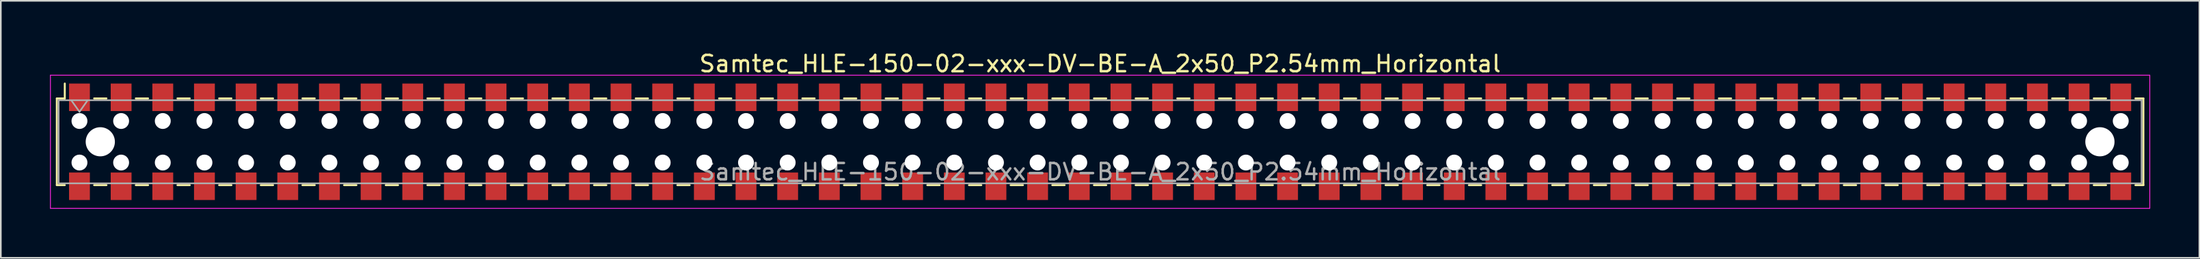
<source format=kicad_pcb>
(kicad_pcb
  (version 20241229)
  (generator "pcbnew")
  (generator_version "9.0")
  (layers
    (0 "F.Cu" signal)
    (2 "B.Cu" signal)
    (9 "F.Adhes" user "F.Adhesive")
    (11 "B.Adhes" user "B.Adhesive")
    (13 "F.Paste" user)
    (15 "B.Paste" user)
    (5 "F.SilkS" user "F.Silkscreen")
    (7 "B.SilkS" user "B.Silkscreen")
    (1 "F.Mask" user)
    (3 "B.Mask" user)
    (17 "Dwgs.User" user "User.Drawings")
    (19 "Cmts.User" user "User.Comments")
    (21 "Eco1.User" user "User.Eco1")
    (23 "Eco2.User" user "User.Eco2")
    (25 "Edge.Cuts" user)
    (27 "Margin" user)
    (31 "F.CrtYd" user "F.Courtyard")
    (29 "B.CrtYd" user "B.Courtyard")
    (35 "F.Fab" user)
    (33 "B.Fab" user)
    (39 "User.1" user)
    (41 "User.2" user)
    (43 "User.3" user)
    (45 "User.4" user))
  (footprint "Samtec_HLE-150-02-xxx-DV-BE-A_2x50_P2.54mm_Horizontal"
    (layer "F.Cu")
    (at 64.025 5.618)
    (property "Reference" "Samtec_HLE-150-02-xxx-DV-BE-A_2x50_P2.54mm_Horizontal" (at 0 -4.77 0) (layer "F.SilkS") (effects (font (size 1 1) (thickness 0.15))))
    (attr smd)
    (fp_line (start -63.61 -2.65) (end -63.61 2.65) (stroke (width 0.12) (type solid)) (layer "F.SilkS"))
    (fp_line (start -63.61 2.65) (end -63.125 2.65) (stroke (width 0.12) (type solid)) (layer "F.SilkS"))
    (fp_line (start -63.125 -3.56) (end -63.125 -2.65) (stroke (width 0.12) (type solid)) (layer "F.SilkS"))
    (fp_line (start -63.125 -2.65) (end -63.61 -2.65) (stroke (width 0.12) (type solid)) (layer "F.SilkS"))
    (fp_line (start -61.335 -2.65) (end -60.585 -2.65) (stroke (width 0.12) (type solid)) (layer "F.SilkS"))
    (fp_line (start -61.335 2.65) (end -60.585 2.65) (stroke (width 0.12) (type solid)) (layer "F.SilkS"))
    (fp_line (start -58.795 -2.65) (end -58.045 -2.65) (stroke (width 0.12) (type solid)) (layer "F.SilkS"))
    (fp_line (start -58.795 2.65) (end -58.045 2.65) (stroke (width 0.12) (type solid)) (layer "F.SilkS"))
    (fp_line (start -56.255 -2.65) (end -55.505 -2.65) (stroke (width 0.12) (type solid)) (layer "F.SilkS"))
    (fp_line (start -56.255 2.65) (end -55.505 2.65) (stroke (width 0.12) (type solid)) (layer "F.SilkS"))
    (fp_line (start -53.715 -2.65) (end -52.965 -2.65) (stroke (width 0.12) (type solid)) (layer "F.SilkS"))
    (fp_line (start -53.715 2.65) (end -52.965 2.65) (stroke (width 0.12) (type solid)) (layer "F.SilkS"))
    (fp_line (start -51.175 -2.65) (end -50.425 -2.65) (stroke (width 0.12) (type solid)) (layer "F.SilkS"))
    (fp_line (start -51.175 2.65) (end -50.425 2.65) (stroke (width 0.12) (type solid)) (layer "F.SilkS"))
    (fp_line (start -48.635 -2.65) (end -47.885 -2.65) (stroke (width 0.12) (type solid)) (layer "F.SilkS"))
    (fp_line (start -48.635 2.65) (end -47.885 2.65) (stroke (width 0.12) (type solid)) (layer "F.SilkS"))
    (fp_line (start -46.095 -2.65) (end -45.345 -2.65) (stroke (width 0.12) (type solid)) (layer "F.SilkS"))
    (fp_line (start -46.095 2.65) (end -45.345 2.65) (stroke (width 0.12) (type solid)) (layer "F.SilkS"))
    (fp_line (start -43.555 -2.65) (end -42.805 -2.65) (stroke (width 0.12) (type solid)) (layer "F.SilkS"))
    (fp_line (start -43.555 2.65) (end -42.805 2.65) (stroke (width 0.12) (type solid)) (layer "F.SilkS"))
    (fp_line (start -41.015 -2.65) (end -40.265 -2.65) (stroke (width 0.12) (type solid)) (layer "F.SilkS"))
    (fp_line (start -41.015 2.65) (end -40.265 2.65) (stroke (width 0.12) (type solid)) (layer "F.SilkS"))
    (fp_line (start -38.475 -2.65) (end -37.725 -2.65) (stroke (width 0.12) (type solid)) (layer "F.SilkS"))
    (fp_line (start -38.475 2.65) (end -37.725 2.65) (stroke (width 0.12) (type solid)) (layer "F.SilkS"))
    (fp_line (start -35.935 -2.65) (end -35.185 -2.65) (stroke (width 0.12) (type solid)) (layer "F.SilkS"))
    (fp_line (start -35.935 2.65) (end -35.185 2.65) (stroke (width 0.12) (type solid)) (layer "F.SilkS"))
    (fp_line (start -33.395 -2.65) (end -32.645 -2.65) (stroke (width 0.12) (type solid)) (layer "F.SilkS"))
    (fp_line (start -33.395 2.65) (end -32.645 2.65) (stroke (width 0.12) (type solid)) (layer "F.SilkS"))
    (fp_line (start -30.855 -2.65) (end -30.105 -2.65) (stroke (width 0.12) (type solid)) (layer "F.SilkS"))
    (fp_line (start -30.855 2.65) (end -30.105 2.65) (stroke (width 0.12) (type solid)) (layer "F.SilkS"))
    (fp_line (start -28.315 -2.65) (end -27.565 -2.65) (stroke (width 0.12) (type solid)) (layer "F.SilkS"))
    (fp_line (start -28.315 2.65) (end -27.565 2.65) (stroke (width 0.12) (type solid)) (layer "F.SilkS"))
    (fp_line (start -25.775 -2.65) (end -25.025 -2.65) (stroke (width 0.12) (type solid)) (layer "F.SilkS"))
    (fp_line (start -25.775 2.65) (end -25.025 2.65) (stroke (width 0.12) (type solid)) (layer "F.SilkS"))
    (fp_line (start -23.235 -2.65) (end -22.485 -2.65) (stroke (width 0.12) (type solid)) (layer "F.SilkS"))
    (fp_line (start -23.235 2.65) (end -22.485 2.65) (stroke (width 0.12) (type solid)) (layer "F.SilkS"))
    (fp_line (start -20.695 -2.65) (end -19.945 -2.65) (stroke (width 0.12) (type solid)) (layer "F.SilkS"))
    (fp_line (start -20.695 2.65) (end -19.945 2.65) (stroke (width 0.12) (type solid)) (layer "F.SilkS"))
    (fp_line (start -18.155 -2.65) (end -17.405 -2.65) (stroke (width 0.12) (type solid)) (layer "F.SilkS"))
    (fp_line (start -18.155 2.65) (end -17.405 2.65) (stroke (width 0.12) (type solid)) (layer "F.SilkS"))
    (fp_line (start -15.615 -2.65) (end -14.865 -2.65) (stroke (width 0.12) (type solid)) (layer "F.SilkS"))
    (fp_line (start -15.615 2.65) (end -14.865 2.65) (stroke (width 0.12) (type solid)) (layer "F.SilkS"))
    (fp_line (start -13.075 -2.65) (end -12.325 -2.65) (stroke (width 0.12) (type solid)) (layer "F.SilkS"))
    (fp_line (start -13.075 2.65) (end -12.325 2.65) (stroke (width 0.12) (type solid)) (layer "F.SilkS"))
    (fp_line (start -10.535 -2.65) (end -9.785 -2.65) (stroke (width 0.12) (type solid)) (layer "F.SilkS"))
    (fp_line (start -10.535 2.65) (end -9.785 2.65) (stroke (width 0.12) (type solid)) (layer "F.SilkS"))
    (fp_line (start -7.995 -2.65) (end -7.245 -2.65) (stroke (width 0.12) (type solid)) (layer "F.SilkS"))
    (fp_line (start -7.995 2.65) (end -7.245 2.65) (stroke (width 0.12) (type solid)) (layer "F.SilkS"))
    (fp_line (start -5.455 -2.65) (end -4.705 -2.65) (stroke (width 0.12) (type solid)) (layer "F.SilkS"))
    (fp_line (start -5.455 2.65) (end -4.705 2.65) (stroke (width 0.12) (type solid)) (layer "F.SilkS"))
    (fp_line (start -2.915 -2.65) (end -2.165 -2.65) (stroke (width 0.12) (type solid)) (layer "F.SilkS"))
    (fp_line (start -2.915 2.65) (end -2.165 2.65) (stroke (width 0.12) (type solid)) (layer "F.SilkS"))
    (fp_line (start -0.375 -2.65) (end 0.375 -2.65) (stroke (width 0.12) (type solid)) (layer "F.SilkS"))
    (fp_line (start -0.375 2.65) (end 0.375 2.65) (stroke (width 0.12) (type solid)) (layer "F.SilkS"))
    (fp_line (start 2.165 -2.65) (end 2.915 -2.65) (stroke (width 0.12) (type solid)) (layer "F.SilkS"))
    (fp_line (start 2.165 2.65) (end 2.915 2.65) (stroke (width 0.12) (type solid)) (layer "F.SilkS"))
    (fp_line (start 4.705 -2.65) (end 5.455 -2.65) (stroke (width 0.12) (type solid)) (layer "F.SilkS"))
    (fp_line (start 4.705 2.65) (end 5.455 2.65) (stroke (width 0.12) (type solid)) (layer "F.SilkS"))
    (fp_line (start 7.245 -2.65) (end 7.995 -2.65) (stroke (width 0.12) (type solid)) (layer "F.SilkS"))
    (fp_line (start 7.245 2.65) (end 7.995 2.65) (stroke (width 0.12) (type solid)) (layer "F.SilkS"))
    (fp_line (start 9.785 -2.65) (end 10.535 -2.65) (stroke (width 0.12) (type solid)) (layer "F.SilkS"))
    (fp_line (start 9.785 2.65) (end 10.535 2.65) (stroke (width 0.12) (type solid)) (layer "F.SilkS"))
    (fp_line (start 12.325 -2.65) (end 13.075 -2.65) (stroke (width 0.12) (type solid)) (layer "F.SilkS"))
    (fp_line (start 12.325 2.65) (end 13.075 2.65) (stroke (width 0.12) (type solid)) (layer "F.SilkS"))
    (fp_line (start 14.865 -2.65) (end 15.615 -2.65) (stroke (width 0.12) (type solid)) (layer "F.SilkS"))
    (fp_line (start 14.865 2.65) (end 15.615 2.65) (stroke (width 0.12) (type solid)) (layer "F.SilkS"))
    (fp_line (start 17.405 -2.65) (end 18.155 -2.65) (stroke (width 0.12) (type solid)) (layer "F.SilkS"))
    (fp_line (start 17.405 2.65) (end 18.155 2.65) (stroke (width 0.12) (type solid)) (layer "F.SilkS"))
    (fp_line (start 19.945 -2.65) (end 20.695 -2.65) (stroke (width 0.12) (type solid)) (layer "F.SilkS"))
    (fp_line (start 19.945 2.65) (end 20.695 2.65) (stroke (width 0.12) (type solid)) (layer "F.SilkS"))
    (fp_line (start 22.485 -2.65) (end 23.235 -2.65) (stroke (width 0.12) (type solid)) (layer "F.SilkS"))
    (fp_line (start 22.485 2.65) (end 23.235 2.65) (stroke (width 0.12) (type solid)) (layer "F.SilkS"))
    (fp_line (start 25.025 -2.65) (end 25.775 -2.65) (stroke (width 0.12) (type solid)) (layer "F.SilkS"))
    (fp_line (start 25.025 2.65) (end 25.775 2.65) (stroke (width 0.12) (type solid)) (layer "F.SilkS"))
    (fp_line (start 27.565 -2.65) (end 28.315 -2.65) (stroke (width 0.12) (type solid)) (layer "F.SilkS"))
    (fp_line (start 27.565 2.65) (end 28.315 2.65) (stroke (width 0.12) (type solid)) (layer "F.SilkS"))
    (fp_line (start 30.105 -2.65) (end 30.855 -2.65) (stroke (width 0.12) (type solid)) (layer "F.SilkS"))
    (fp_line (start 30.105 2.65) (end 30.855 2.65) (stroke (width 0.12) (type solid)) (layer "F.SilkS"))
    (fp_line (start 32.645 -2.65) (end 33.395 -2.65) (stroke (width 0.12) (type solid)) (layer "F.SilkS"))
    (fp_line (start 32.645 2.65) (end 33.395 2.65) (stroke (width 0.12) (type solid)) (layer "F.SilkS"))
    (fp_line (start 35.185 -2.65) (end 35.935 -2.65) (stroke (width 0.12) (type solid)) (layer "F.SilkS"))
    (fp_line (start 35.185 2.65) (end 35.935 2.65) (stroke (width 0.12) (type solid)) (layer "F.SilkS"))
    (fp_line (start 37.725 -2.65) (end 38.475 -2.65) (stroke (width 0.12) (type solid)) (layer "F.SilkS"))
    (fp_line (start 37.725 2.65) (end 38.475 2.65) (stroke (width 0.12) (type solid)) (layer "F.SilkS"))
    (fp_line (start 40.265 -2.65) (end 41.015 -2.65) (stroke (width 0.12) (type solid)) (layer "F.SilkS"))
    (fp_line (start 40.265 2.65) (end 41.015 2.65) (stroke (width 0.12) (type solid)) (layer "F.SilkS"))
    (fp_line (start 42.805 -2.65) (end 43.555 -2.65) (stroke (width 0.12) (type solid)) (layer "F.SilkS"))
    (fp_line (start 42.805 2.65) (end 43.555 2.65) (stroke (width 0.12) (type solid)) (layer "F.SilkS"))
    (fp_line (start 45.345 -2.65) (end 46.095 -2.65) (stroke (width 0.12) (type solid)) (layer "F.SilkS"))
    (fp_line (start 45.345 2.65) (end 46.095 2.65) (stroke (width 0.12) (type solid)) (layer "F.SilkS"))
    (fp_line (start 47.885 -2.65) (end 48.635 -2.65) (stroke (width 0.12) (type solid)) (layer "F.SilkS"))
    (fp_line (start 47.885 2.65) (end 48.635 2.65) (stroke (width 0.12) (type solid)) (layer "F.SilkS"))
    (fp_line (start 50.425 -2.65) (end 51.175 -2.65) (stroke (width 0.12) (type solid)) (layer "F.SilkS"))
    (fp_line (start 50.425 2.65) (end 51.175 2.65) (stroke (width 0.12) (type solid)) (layer "F.SilkS"))
    (fp_line (start 52.965 -2.65) (end 53.715 -2.65) (stroke (width 0.12) (type solid)) (layer "F.SilkS"))
    (fp_line (start 52.965 2.65) (end 53.715 2.65) (stroke (width 0.12) (type solid)) (layer "F.SilkS"))
    (fp_line (start 55.505 -2.65) (end 56.255 -2.65) (stroke (width 0.12) (type solid)) (layer "F.SilkS"))
    (fp_line (start 55.505 2.65) (end 56.255 2.65) (stroke (width 0.12) (type solid)) (layer "F.SilkS"))
    (fp_line (start 58.045 -2.65) (end 58.795 -2.65) (stroke (width 0.12) (type solid)) (layer "F.SilkS"))
    (fp_line (start 58.045 2.65) (end 58.795 2.65) (stroke (width 0.12) (type solid)) (layer "F.SilkS"))
    (fp_line (start 60.585 -2.65) (end 61.335 -2.65) (stroke (width 0.12) (type solid)) (layer "F.SilkS"))
    (fp_line (start 60.585 2.65) (end 61.335 2.65) (stroke (width 0.12) (type solid)) (layer "F.SilkS"))
    (fp_line (start 63.125 -2.65) (end 63.61 -2.65) (stroke (width 0.12) (type solid)) (layer "F.SilkS"))
    (fp_line (start 63.61 -2.65) (end 63.61 2.65) (stroke (width 0.12) (type solid)) (layer "F.SilkS"))
    (fp_line (start 63.61 2.65) (end 63.125 2.65) (stroke (width 0.12) (type solid)) (layer "F.SilkS"))
    (fp_line (start -64 -4.07) (end 64 -4.07) (stroke (width 0.05) (type solid)) (layer "F.CrtYd"))
    (fp_line (start -64 4.07) (end -64 -4.07) (stroke (width 0.05) (type solid)) (layer "F.CrtYd"))
    (fp_line (start 64 -4.07) (end 64 4.07) (stroke (width 0.05) (type solid)) (layer "F.CrtYd"))
    (fp_line (start 64 4.07) (end -64 4.07) (stroke (width 0.05) (type solid)) (layer "F.CrtYd"))
    (fp_line (start -63.5 -2.54) (end 63.5 -2.54) (stroke (width 0.1) (type solid)) (layer "F.Fab"))
    (fp_line (start -63.5 2.54) (end -63.5 -2.54) (stroke (width 0.1) (type solid)) (layer "F.Fab"))
    (fp_line (start -62.73 -2.54) (end -62.23 -1.833) (stroke (width 0.1) (type solid)) (layer "F.Fab"))
    (fp_line (start -62.23 -1.833) (end -61.73 -2.54) (stroke (width 0.1) (type solid)) (layer "F.Fab"))
    (fp_line (start 63.5 -2.54) (end 63.5 2.54) (stroke (width 0.1) (type solid)) (layer "F.Fab"))
    (fp_line (start 63.5 2.54) (end -63.5 2.54) (stroke (width 0.1) (type solid)) (layer "F.Fab"))
    (fp_text user "${REFERENCE}" (at 0 1.84 0) (layer "F.Fab") (effects (font (size 1 1) (thickness 0.15))))
    (pad "" np_thru_hole circle (at -62.23 -1.27) (size 0.97 0.97) (drill 0.97) (layers "*.Cu" "*.Mask"))
    (pad "" np_thru_hole circle (at -62.23 1.27) (size 0.97 0.97) (drill 0.97) (layers "*.Cu" "*.Mask"))
    (pad "" np_thru_hole circle (at -60.96 0) (size 1.78 1.78) (drill 1.78) (layers "*.Cu" "*.Mask"))
    (pad "" np_thru_hole circle (at -59.69 -1.27) (size 0.97 0.97) (drill 0.97) (layers "*.Cu" "*.Mask"))
    (pad "" np_thru_hole circle (at -59.69 1.27) (size 0.97 0.97) (drill 0.97) (layers "*.Cu" "*.Mask"))
    (pad "" np_thru_hole circle (at -57.15 -1.27) (size 0.97 0.97) (drill 0.97) (layers "*.Cu" "*.Mask"))
    (pad "" np_thru_hole circle (at -57.15 1.27) (size 0.97 0.97) (drill 0.97) (layers "*.Cu" "*.Mask"))
    (pad "" np_thru_hole circle (at -54.61 -1.27) (size 0.97 0.97) (drill 0.97) (layers "*.Cu" "*.Mask"))
    (pad "" np_thru_hole circle (at -54.61 1.27) (size 0.97 0.97) (drill 0.97) (layers "*.Cu" "*.Mask"))
    (pad "" np_thru_hole circle (at -52.07 -1.27) (size 0.97 0.97) (drill 0.97) (layers "*.Cu" "*.Mask"))
    (pad "" np_thru_hole circle (at -52.07 1.27) (size 0.97 0.97) (drill 0.97) (layers "*.Cu" "*.Mask"))
    (pad "" np_thru_hole circle (at -49.53 -1.27) (size 0.97 0.97) (drill 0.97) (layers "*.Cu" "*.Mask"))
    (pad "" np_thru_hole circle (at -49.53 1.27) (size 0.97 0.97) (drill 0.97) (layers "*.Cu" "*.Mask"))
    (pad "" np_thru_hole circle (at -46.99 -1.27) (size 0.97 0.97) (drill 0.97) (layers "*.Cu" "*.Mask"))
    (pad "" np_thru_hole circle (at -46.99 1.27) (size 0.97 0.97) (drill 0.97) (layers "*.Cu" "*.Mask"))
    (pad "" np_thru_hole circle (at -44.45 -1.27) (size 0.97 0.97) (drill 0.97) (layers "*.Cu" "*.Mask"))
    (pad "" np_thru_hole circle (at -44.45 1.27) (size 0.97 0.97) (drill 0.97) (layers "*.Cu" "*.Mask"))
    (pad "" np_thru_hole circle (at -41.91 -1.27) (size 0.97 0.97) (drill 0.97) (layers "*.Cu" "*.Mask"))
    (pad "" np_thru_hole circle (at -41.91 1.27) (size 0.97 0.97) (drill 0.97) (layers "*.Cu" "*.Mask"))
    (pad "" np_thru_hole circle (at -39.37 -1.27) (size 0.97 0.97) (drill 0.97) (layers "*.Cu" "*.Mask"))
    (pad "" np_thru_hole circle (at -39.37 1.27) (size 0.97 0.97) (drill 0.97) (layers "*.Cu" "*.Mask"))
    (pad "" np_thru_hole circle (at -36.83 -1.27) (size 0.97 0.97) (drill 0.97) (layers "*.Cu" "*.Mask"))
    (pad "" np_thru_hole circle (at -36.83 1.27) (size 0.97 0.97) (drill 0.97) (layers "*.Cu" "*.Mask"))
    (pad "" np_thru_hole circle (at -34.29 -1.27) (size 0.97 0.97) (drill 0.97) (layers "*.Cu" "*.Mask"))
    (pad "" np_thru_hole circle (at -34.29 1.27) (size 0.97 0.97) (drill 0.97) (layers "*.Cu" "*.Mask"))
    (pad "" np_thru_hole circle (at -31.75 -1.27) (size 0.97 0.97) (drill 0.97) (layers "*.Cu" "*.Mask"))
    (pad "" np_thru_hole circle (at -31.75 1.27) (size 0.97 0.97) (drill 0.97) (layers "*.Cu" "*.Mask"))
    (pad "" np_thru_hole circle (at -29.21 -1.27) (size 0.97 0.97) (drill 0.97) (layers "*.Cu" "*.Mask"))
    (pad "" np_thru_hole circle (at -29.21 1.27) (size 0.97 0.97) (drill 0.97) (layers "*.Cu" "*.Mask"))
    (pad "" np_thru_hole circle (at -26.67 -1.27) (size 0.97 0.97) (drill 0.97) (layers "*.Cu" "*.Mask"))
    (pad "" np_thru_hole circle (at -26.67 1.27) (size 0.97 0.97) (drill 0.97) (layers "*.Cu" "*.Mask"))
    (pad "" np_thru_hole circle (at -24.13 -1.27) (size 0.97 0.97) (drill 0.97) (layers "*.Cu" "*.Mask"))
    (pad "" np_thru_hole circle (at -24.13 1.27) (size 0.97 0.97) (drill 0.97) (layers "*.Cu" "*.Mask"))
    (pad "" np_thru_hole circle (at -21.59 -1.27) (size 0.97 0.97) (drill 0.97) (layers "*.Cu" "*.Mask"))
    (pad "" np_thru_hole circle (at -21.59 1.27) (size 0.97 0.97) (drill 0.97) (layers "*.Cu" "*.Mask"))
    (pad "" np_thru_hole circle (at -19.05 -1.27) (size 0.97 0.97) (drill 0.97) (layers "*.Cu" "*.Mask"))
    (pad "" np_thru_hole circle (at -19.05 1.27) (size 0.97 0.97) (drill 0.97) (layers "*.Cu" "*.Mask"))
    (pad "" np_thru_hole circle (at -16.51 -1.27) (size 0.97 0.97) (drill 0.97) (layers "*.Cu" "*.Mask"))
    (pad "" np_thru_hole circle (at -16.51 1.27) (size 0.97 0.97) (drill 0.97) (layers "*.Cu" "*.Mask"))
    (pad "" np_thru_hole circle (at -13.97 -1.27) (size 0.97 0.97) (drill 0.97) (layers "*.Cu" "*.Mask"))
    (pad "" np_thru_hole circle (at -13.97 1.27) (size 0.97 0.97) (drill 0.97) (layers "*.Cu" "*.Mask"))
    (pad "" np_thru_hole circle (at -11.43 -1.27) (size 0.97 0.97) (drill 0.97) (layers "*.Cu" "*.Mask"))
    (pad "" np_thru_hole circle (at -11.43 1.27) (size 0.97 0.97) (drill 0.97) (layers "*.Cu" "*.Mask"))
    (pad "" np_thru_hole circle (at -8.89 -1.27) (size 0.97 0.97) (drill 0.97) (layers "*.Cu" "*.Mask"))
    (pad "" np_thru_hole circle (at -8.89 1.27) (size 0.97 0.97) (drill 0.97) (layers "*.Cu" "*.Mask"))
    (pad "" np_thru_hole circle (at -6.35 -1.27) (size 0.97 0.97) (drill 0.97) (layers "*.Cu" "*.Mask"))
    (pad "" np_thru_hole circle (at -6.35 1.27) (size 0.97 0.97) (drill 0.97) (layers "*.Cu" "*.Mask"))
    (pad "" np_thru_hole circle (at -3.81 -1.27) (size 0.97 0.97) (drill 0.97) (layers "*.Cu" "*.Mask"))
    (pad "" np_thru_hole circle (at -3.81 1.27) (size 0.97 0.97) (drill 0.97) (layers "*.Cu" "*.Mask"))
    (pad "" np_thru_hole circle (at -1.27 -1.27) (size 0.97 0.97) (drill 0.97) (layers "*.Cu" "*.Mask"))
    (pad "" np_thru_hole circle (at -1.27 1.27) (size 0.97 0.97) (drill 0.97) (layers "*.Cu" "*.Mask"))
    (pad "" np_thru_hole circle (at 1.27 -1.27) (size 0.97 0.97) (drill 0.97) (layers "*.Cu" "*.Mask"))
    (pad "" np_thru_hole circle (at 1.27 1.27) (size 0.97 0.97) (drill 0.97) (layers "*.Cu" "*.Mask"))
    (pad "" np_thru_hole circle (at 3.81 -1.27) (size 0.97 0.97) (drill 0.97) (layers "*.Cu" "*.Mask"))
    (pad "" np_thru_hole circle (at 3.81 1.27) (size 0.97 0.97) (drill 0.97) (layers "*.Cu" "*.Mask"))
    (pad "" np_thru_hole circle (at 6.35 -1.27) (size 0.97 0.97) (drill 0.97) (layers "*.Cu" "*.Mask"))
    (pad "" np_thru_hole circle (at 6.35 1.27) (size 0.97 0.97) (drill 0.97) (layers "*.Cu" "*.Mask"))
    (pad "" np_thru_hole circle (at 8.89 -1.27) (size 0.97 0.97) (drill 0.97) (layers "*.Cu" "*.Mask"))
    (pad "" np_thru_hole circle (at 8.89 1.27) (size 0.97 0.97) (drill 0.97) (layers "*.Cu" "*.Mask"))
    (pad "" np_thru_hole circle (at 11.43 -1.27) (size 0.97 0.97) (drill 0.97) (layers "*.Cu" "*.Mask"))
    (pad "" np_thru_hole circle (at 11.43 1.27) (size 0.97 0.97) (drill 0.97) (layers "*.Cu" "*.Mask"))
    (pad "" np_thru_hole circle (at 13.97 -1.27) (size 0.97 0.97) (drill 0.97) (layers "*.Cu" "*.Mask"))
    (pad "" np_thru_hole circle (at 13.97 1.27) (size 0.97 0.97) (drill 0.97) (layers "*.Cu" "*.Mask"))
    (pad "" np_thru_hole circle (at 16.51 -1.27) (size 0.97 0.97) (drill 0.97) (layers "*.Cu" "*.Mask"))
    (pad "" np_thru_hole circle (at 16.51 1.27) (size 0.97 0.97) (drill 0.97) (layers "*.Cu" "*.Mask"))
    (pad "" np_thru_hole circle (at 19.05 -1.27) (size 0.97 0.97) (drill 0.97) (layers "*.Cu" "*.Mask"))
    (pad "" np_thru_hole circle (at 19.05 1.27) (size 0.97 0.97) (drill 0.97) (layers "*.Cu" "*.Mask"))
    (pad "" np_thru_hole circle (at 21.59 -1.27) (size 0.97 0.97) (drill 0.97) (layers "*.Cu" "*.Mask"))
    (pad "" np_thru_hole circle (at 21.59 1.27) (size 0.97 0.97) (drill 0.97) (layers "*.Cu" "*.Mask"))
    (pad "" np_thru_hole circle (at 24.13 -1.27) (size 0.97 0.97) (drill 0.97) (layers "*.Cu" "*.Mask"))
    (pad "" np_thru_hole circle (at 24.13 1.27) (size 0.97 0.97) (drill 0.97) (layers "*.Cu" "*.Mask"))
    (pad "" np_thru_hole circle (at 26.67 -1.27) (size 0.97 0.97) (drill 0.97) (layers "*.Cu" "*.Mask"))
    (pad "" np_thru_hole circle (at 26.67 1.27) (size 0.97 0.97) (drill 0.97) (layers "*.Cu" "*.Mask"))
    (pad "" np_thru_hole circle (at 29.21 -1.27) (size 0.97 0.97) (drill 0.97) (layers "*.Cu" "*.Mask"))
    (pad "" np_thru_hole circle (at 29.21 1.27) (size 0.97 0.97) (drill 0.97) (layers "*.Cu" "*.Mask"))
    (pad "" np_thru_hole circle (at 31.75 -1.27) (size 0.97 0.97) (drill 0.97) (layers "*.Cu" "*.Mask"))
    (pad "" np_thru_hole circle (at 31.75 1.27) (size 0.97 0.97) (drill 0.97) (layers "*.Cu" "*.Mask"))
    (pad "" np_thru_hole circle (at 34.29 -1.27) (size 0.97 0.97) (drill 0.97) (layers "*.Cu" "*.Mask"))
    (pad "" np_thru_hole circle (at 34.29 1.27) (size 0.97 0.97) (drill 0.97) (layers "*.Cu" "*.Mask"))
    (pad "" np_thru_hole circle (at 36.83 -1.27) (size 0.97 0.97) (drill 0.97) (layers "*.Cu" "*.Mask"))
    (pad "" np_thru_hole circle (at 36.83 1.27) (size 0.97 0.97) (drill 0.97) (layers "*.Cu" "*.Mask"))
    (pad "" np_thru_hole circle (at 39.37 -1.27) (size 0.97 0.97) (drill 0.97) (layers "*.Cu" "*.Mask"))
    (pad "" np_thru_hole circle (at 39.37 1.27) (size 0.97 0.97) (drill 0.97) (layers "*.Cu" "*.Mask"))
    (pad "" np_thru_hole circle (at 41.91 -1.27) (size 0.97 0.97) (drill 0.97) (layers "*.Cu" "*.Mask"))
    (pad "" np_thru_hole circle (at 41.91 1.27) (size 0.97 0.97) (drill 0.97) (layers "*.Cu" "*.Mask"))
    (pad "" np_thru_hole circle (at 44.45 -1.27) (size 0.97 0.97) (drill 0.97) (layers "*.Cu" "*.Mask"))
    (pad "" np_thru_hole circle (at 44.45 1.27) (size 0.97 0.97) (drill 0.97) (layers "*.Cu" "*.Mask"))
    (pad "" np_thru_hole circle (at 46.99 -1.27) (size 0.97 0.97) (drill 0.97) (layers "*.Cu" "*.Mask"))
    (pad "" np_thru_hole circle (at 46.99 1.27) (size 0.97 0.97) (drill 0.97) (layers "*.Cu" "*.Mask"))
    (pad "" np_thru_hole circle (at 49.53 -1.27) (size 0.97 0.97) (drill 0.97) (layers "*.Cu" "*.Mask"))
    (pad "" np_thru_hole circle (at 49.53 1.27) (size 0.97 0.97) (drill 0.97) (layers "*.Cu" "*.Mask"))
    (pad "" np_thru_hole circle (at 52.07 -1.27) (size 0.97 0.97) (drill 0.97) (layers "*.Cu" "*.Mask"))
    (pad "" np_thru_hole circle (at 52.07 1.27) (size 0.97 0.97) (drill 0.97) (layers "*.Cu" "*.Mask"))
    (pad "" np_thru_hole circle (at 54.61 -1.27) (size 0.97 0.97) (drill 0.97) (layers "*.Cu" "*.Mask"))
    (pad "" np_thru_hole circle (at 54.61 1.27) (size 0.97 0.97) (drill 0.97) (layers "*.Cu" "*.Mask"))
    (pad "" np_thru_hole circle (at 57.15 -1.27) (size 0.97 0.97) (drill 0.97) (layers "*.Cu" "*.Mask"))
    (pad "" np_thru_hole circle (at 57.15 1.27) (size 0.97 0.97) (drill 0.97) (layers "*.Cu" "*.Mask"))
    (pad "" np_thru_hole circle (at 59.69 -1.27) (size 0.97 0.97) (drill 0.97) (layers "*.Cu" "*.Mask"))
    (pad "" np_thru_hole circle (at 59.69 1.27) (size 0.97 0.97) (drill 0.97) (layers "*.Cu" "*.Mask"))
    (pad "" np_thru_hole circle (at 60.96 0) (size 1.78 1.78) (drill 1.78) (layers "*.Cu" "*.Mask"))
    (pad "" np_thru_hole circle (at 62.23 -1.27) (size 0.97 0.97) (drill 0.97) (layers "*.Cu" "*.Mask"))
    (pad "" np_thru_hole circle (at 62.23 1.27) (size 0.97 0.97) (drill 0.97) (layers "*.Cu" "*.Mask"))
    (pad "1" smd rect (at -62.23 -2.72) (size 1.27 1.68) (layers "F.Cu" "F.Mask" "F.Paste"))
    (pad "2" smd rect (at -62.23 2.72) (size 1.27 1.68) (layers "F.Cu" "F.Mask" "F.Paste"))
    (pad "3" smd rect (at -59.69 -2.72) (size 1.27 1.68) (layers "F.Cu" "F.Mask" "F.Paste"))
    (pad "4" smd rect (at -59.69 2.72) (size 1.27 1.68) (layers "F.Cu" "F.Mask" "F.Paste"))
    (pad "5" smd rect (at -57.15 -2.72) (size 1.27 1.68) (layers "F.Cu" "F.Mask" "F.Paste"))
    (pad "6" smd rect (at -57.15 2.72) (size 1.27 1.68) (layers "F.Cu" "F.Mask" "F.Paste"))
    (pad "7" smd rect (at -54.61 -2.72) (size 1.27 1.68) (layers "F.Cu" "F.Mask" "F.Paste"))
    (pad "8" smd rect (at -54.61 2.72) (size 1.27 1.68) (layers "F.Cu" "F.Mask" "F.Paste"))
    (pad "9" smd rect (at -52.07 -2.72) (size 1.27 1.68) (layers "F.Cu" "F.Mask" "F.Paste"))
    (pad "10" smd rect (at -52.07 2.72) (size 1.27 1.68) (layers "F.Cu" "F.Mask" "F.Paste"))
    (pad "11" smd rect (at -49.53 -2.72) (size 1.27 1.68) (layers "F.Cu" "F.Mask" "F.Paste"))
    (pad "12" smd rect (at -49.53 2.72) (size 1.27 1.68) (layers "F.Cu" "F.Mask" "F.Paste"))
    (pad "13" smd rect (at -46.99 -2.72) (size 1.27 1.68) (layers "F.Cu" "F.Mask" "F.Paste"))
    (pad "14" smd rect (at -46.99 2.72) (size 1.27 1.68) (layers "F.Cu" "F.Mask" "F.Paste"))
    (pad "15" smd rect (at -44.45 -2.72) (size 1.27 1.68) (layers "F.Cu" "F.Mask" "F.Paste"))
    (pad "16" smd rect (at -44.45 2.72) (size 1.27 1.68) (layers "F.Cu" "F.Mask" "F.Paste"))
    (pad "17" smd rect (at -41.91 -2.72) (size 1.27 1.68) (layers "F.Cu" "F.Mask" "F.Paste"))
    (pad "18" smd rect (at -41.91 2.72) (size 1.27 1.68) (layers "F.Cu" "F.Mask" "F.Paste"))
    (pad "19" smd rect (at -39.37 -2.72) (size 1.27 1.68) (layers "F.Cu" "F.Mask" "F.Paste"))
    (pad "20" smd rect (at -39.37 2.72) (size 1.27 1.68) (layers "F.Cu" "F.Mask" "F.Paste"))
    (pad "21" smd rect (at -36.83 -2.72) (size 1.27 1.68) (layers "F.Cu" "F.Mask" "F.Paste"))
    (pad "22" smd rect (at -36.83 2.72) (size 1.27 1.68) (layers "F.Cu" "F.Mask" "F.Paste"))
    (pad "23" smd rect (at -34.29 -2.72) (size 1.27 1.68) (layers "F.Cu" "F.Mask" "F.Paste"))
    (pad "24" smd rect (at -34.29 2.72) (size 1.27 1.68) (layers "F.Cu" "F.Mask" "F.Paste"))
    (pad "25" smd rect (at -31.75 -2.72) (size 1.27 1.68) (layers "F.Cu" "F.Mask" "F.Paste"))
    (pad "26" smd rect (at -31.75 2.72) (size 1.27 1.68) (layers "F.Cu" "F.Mask" "F.Paste"))
    (pad "27" smd rect (at -29.21 -2.72) (size 1.27 1.68) (layers "F.Cu" "F.Mask" "F.Paste"))
    (pad "28" smd rect (at -29.21 2.72) (size 1.27 1.68) (layers "F.Cu" "F.Mask" "F.Paste"))
    (pad "29" smd rect (at -26.67 -2.72) (size 1.27 1.68) (layers "F.Cu" "F.Mask" "F.Paste"))
    (pad "30" smd rect (at -26.67 2.72) (size 1.27 1.68) (layers "F.Cu" "F.Mask" "F.Paste"))
    (pad "31" smd rect (at -24.13 -2.72) (size 1.27 1.68) (layers "F.Cu" "F.Mask" "F.Paste"))
    (pad "32" smd rect (at -24.13 2.72) (size 1.27 1.68) (layers "F.Cu" "F.Mask" "F.Paste"))
    (pad "33" smd rect (at -21.59 -2.72) (size 1.27 1.68) (layers "F.Cu" "F.Mask" "F.Paste"))
    (pad "34" smd rect (at -21.59 2.72) (size 1.27 1.68) (layers "F.Cu" "F.Mask" "F.Paste"))
    (pad "35" smd rect (at -19.05 -2.72) (size 1.27 1.68) (layers "F.Cu" "F.Mask" "F.Paste"))
    (pad "36" smd rect (at -19.05 2.72) (size 1.27 1.68) (layers "F.Cu" "F.Mask" "F.Paste"))
    (pad "37" smd rect (at -16.51 -2.72) (size 1.27 1.68) (layers "F.Cu" "F.Mask" "F.Paste"))
    (pad "38" smd rect (at -16.51 2.72) (size 1.27 1.68) (layers "F.Cu" "F.Mask" "F.Paste"))
    (pad "39" smd rect (at -13.97 -2.72) (size 1.27 1.68) (layers "F.Cu" "F.Mask" "F.Paste"))
    (pad "40" smd rect (at -13.97 2.72) (size 1.27 1.68) (layers "F.Cu" "F.Mask" "F.Paste"))
    (pad "41" smd rect (at -11.43 -2.72) (size 1.27 1.68) (layers "F.Cu" "F.Mask" "F.Paste"))
    (pad "42" smd rect (at -11.43 2.72) (size 1.27 1.68) (layers "F.Cu" "F.Mask" "F.Paste"))
    (pad "43" smd rect (at -8.89 -2.72) (size 1.27 1.68) (layers "F.Cu" "F.Mask" "F.Paste"))
    (pad "44" smd rect (at -8.89 2.72) (size 1.27 1.68) (layers "F.Cu" "F.Mask" "F.Paste"))
    (pad "45" smd rect (at -6.35 -2.72) (size 1.27 1.68) (layers "F.Cu" "F.Mask" "F.Paste"))
    (pad "46" smd rect (at -6.35 2.72) (size 1.27 1.68) (layers "F.Cu" "F.Mask" "F.Paste"))
    (pad "47" smd rect (at -3.81 -2.72) (size 1.27 1.68) (layers "F.Cu" "F.Mask" "F.Paste"))
    (pad "48" smd rect (at -3.81 2.72) (size 1.27 1.68) (layers "F.Cu" "F.Mask" "F.Paste"))
    (pad "49" smd rect (at -1.27 -2.72) (size 1.27 1.68) (layers "F.Cu" "F.Mask" "F.Paste"))
    (pad "50" smd rect (at -1.27 2.72) (size 1.27 1.68) (layers "F.Cu" "F.Mask" "F.Paste"))
    (pad "51" smd rect (at 1.27 -2.72) (size 1.27 1.68) (layers "F.Cu" "F.Mask" "F.Paste"))
    (pad "52" smd rect (at 1.27 2.72) (size 1.27 1.68) (layers "F.Cu" "F.Mask" "F.Paste"))
    (pad "53" smd rect (at 3.81 -2.72) (size 1.27 1.68) (layers "F.Cu" "F.Mask" "F.Paste"))
    (pad "54" smd rect (at 3.81 2.72) (size 1.27 1.68) (layers "F.Cu" "F.Mask" "F.Paste"))
    (pad "55" smd rect (at 6.35 -2.72) (size 1.27 1.68) (layers "F.Cu" "F.Mask" "F.Paste"))
    (pad "56" smd rect (at 6.35 2.72) (size 1.27 1.68) (layers "F.Cu" "F.Mask" "F.Paste"))
    (pad "57" smd rect (at 8.89 -2.72) (size 1.27 1.68) (layers "F.Cu" "F.Mask" "F.Paste"))
    (pad "58" smd rect (at 8.89 2.72) (size 1.27 1.68) (layers "F.Cu" "F.Mask" "F.Paste"))
    (pad "59" smd rect (at 11.43 -2.72) (size 1.27 1.68) (layers "F.Cu" "F.Mask" "F.Paste"))
    (pad "60" smd rect (at 11.43 2.72) (size 1.27 1.68) (layers "F.Cu" "F.Mask" "F.Paste"))
    (pad "61" smd rect (at 13.97 -2.72) (size 1.27 1.68) (layers "F.Cu" "F.Mask" "F.Paste"))
    (pad "62" smd rect (at 13.97 2.72) (size 1.27 1.68) (layers "F.Cu" "F.Mask" "F.Paste"))
    (pad "63" smd rect (at 16.51 -2.72) (size 1.27 1.68) (layers "F.Cu" "F.Mask" "F.Paste"))
    (pad "64" smd rect (at 16.51 2.72) (size 1.27 1.68) (layers "F.Cu" "F.Mask" "F.Paste"))
    (pad "65" smd rect (at 19.05 -2.72) (size 1.27 1.68) (layers "F.Cu" "F.Mask" "F.Paste"))
    (pad "66" smd rect (at 19.05 2.72) (size 1.27 1.68) (layers "F.Cu" "F.Mask" "F.Paste"))
    (pad "67" smd rect (at 21.59 -2.72) (size 1.27 1.68) (layers "F.Cu" "F.Mask" "F.Paste"))
    (pad "68" smd rect (at 21.59 2.72) (size 1.27 1.68) (layers "F.Cu" "F.Mask" "F.Paste"))
    (pad "69" smd rect (at 24.13 -2.72) (size 1.27 1.68) (layers "F.Cu" "F.Mask" "F.Paste"))
    (pad "70" smd rect (at 24.13 2.72) (size 1.27 1.68) (layers "F.Cu" "F.Mask" "F.Paste"))
    (pad "71" smd rect (at 26.67 -2.72) (size 1.27 1.68) (layers "F.Cu" "F.Mask" "F.Paste"))
    (pad "72" smd rect (at 26.67 2.72) (size 1.27 1.68) (layers "F.Cu" "F.Mask" "F.Paste"))
    (pad "73" smd rect (at 29.21 -2.72) (size 1.27 1.68) (layers "F.Cu" "F.Mask" "F.Paste"))
    (pad "74" smd rect (at 29.21 2.72) (size 1.27 1.68) (layers "F.Cu" "F.Mask" "F.Paste"))
    (pad "75" smd rect (at 31.75 -2.72) (size 1.27 1.68) (layers "F.Cu" "F.Mask" "F.Paste"))
    (pad "76" smd rect (at 31.75 2.72) (size 1.27 1.68) (layers "F.Cu" "F.Mask" "F.Paste"))
    (pad "77" smd rect (at 34.29 -2.72) (size 1.27 1.68) (layers "F.Cu" "F.Mask" "F.Paste"))
    (pad "78" smd rect (at 34.29 2.72) (size 1.27 1.68) (layers "F.Cu" "F.Mask" "F.Paste"))
    (pad "79" smd rect (at 36.83 -2.72) (size 1.27 1.68) (layers "F.Cu" "F.Mask" "F.Paste"))
    (pad "80" smd rect (at 36.83 2.72) (size 1.27 1.68) (layers "F.Cu" "F.Mask" "F.Paste"))
    (pad "81" smd rect (at 39.37 -2.72) (size 1.27 1.68) (layers "F.Cu" "F.Mask" "F.Paste"))
    (pad "82" smd rect (at 39.37 2.72) (size 1.27 1.68) (layers "F.Cu" "F.Mask" "F.Paste"))
    (pad "83" smd rect (at 41.91 -2.72) (size 1.27 1.68) (layers "F.Cu" "F.Mask" "F.Paste"))
    (pad "84" smd rect (at 41.91 2.72) (size 1.27 1.68) (layers "F.Cu" "F.Mask" "F.Paste"))
    (pad "85" smd rect (at 44.45 -2.72) (size 1.27 1.68) (layers "F.Cu" "F.Mask" "F.Paste"))
    (pad "86" smd rect (at 44.45 2.72) (size 1.27 1.68) (layers "F.Cu" "F.Mask" "F.Paste"))
    (pad "87" smd rect (at 46.99 -2.72) (size 1.27 1.68) (layers "F.Cu" "F.Mask" "F.Paste"))
    (pad "88" smd rect (at 46.99 2.72) (size 1.27 1.68) (layers "F.Cu" "F.Mask" "F.Paste"))
    (pad "89" smd rect (at 49.53 -2.72) (size 1.27 1.68) (layers "F.Cu" "F.Mask" "F.Paste"))
    (pad "90" smd rect (at 49.53 2.72) (size 1.27 1.68) (layers "F.Cu" "F.Mask" "F.Paste"))
    (pad "91" smd rect (at 52.07 -2.72) (size 1.27 1.68) (layers "F.Cu" "F.Mask" "F.Paste"))
    (pad "92" smd rect (at 52.07 2.72) (size 1.27 1.68) (layers "F.Cu" "F.Mask" "F.Paste"))
    (pad "93" smd rect (at 54.61 -2.72) (size 1.27 1.68) (layers "F.Cu" "F.Mask" "F.Paste"))
    (pad "94" smd rect (at 54.61 2.72) (size 1.27 1.68) (layers "F.Cu" "F.Mask" "F.Paste"))
    (pad "95" smd rect (at 57.15 -2.72) (size 1.27 1.68) (layers "F.Cu" "F.Mask" "F.Paste"))
    (pad "96" smd rect (at 57.15 2.72) (size 1.27 1.68) (layers "F.Cu" "F.Mask" "F.Paste"))
    (pad "97" smd rect (at 59.69 -2.72) (size 1.27 1.68) (layers "F.Cu" "F.Mask" "F.Paste"))
    (pad "98" smd rect (at 59.69 2.72) (size 1.27 1.68) (layers "F.Cu" "F.Mask" "F.Paste"))
    (pad "99" smd rect (at 62.23 -2.72) (size 1.27 1.68) (layers "F.Cu" "F.Mask" "F.Paste"))
    (pad "100" smd rect (at 62.23 2.72) (size 1.27 1.68) (layers "F.Cu" "F.Mask" "F.Paste")))
  (gr_rect
    (start -3 -3)
    (end 131.05 12.713)
    (stroke (width 0.1) (type default))
    (fill no)
    (layer "Edge.Cuts")))
</source>
